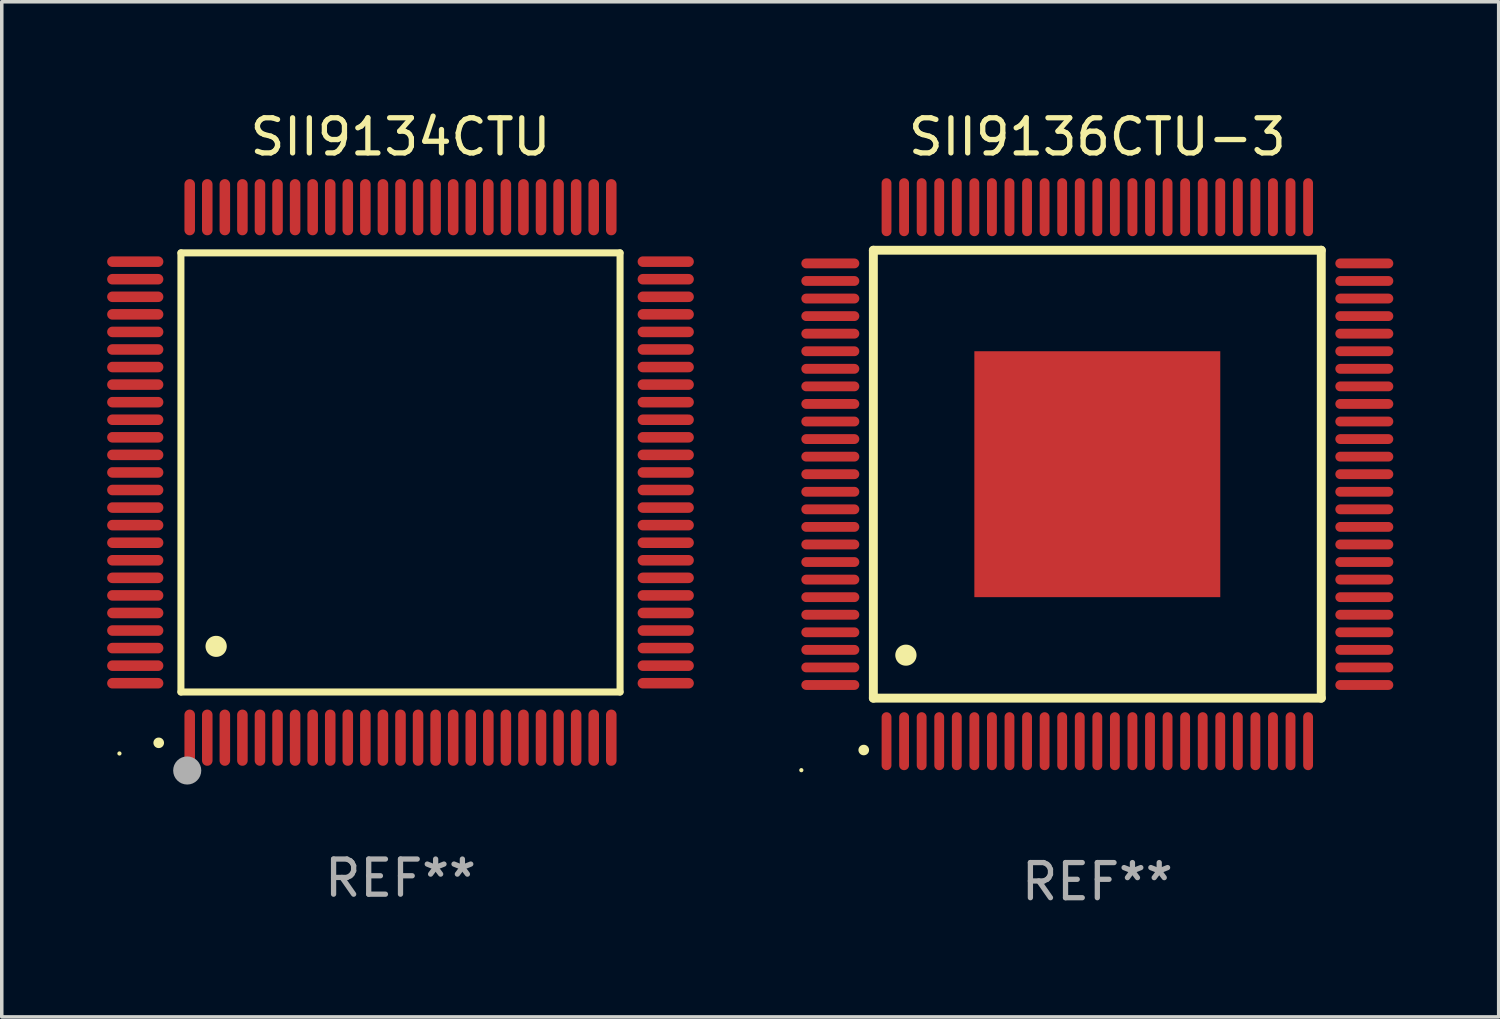
<source format=kicad_pcb>
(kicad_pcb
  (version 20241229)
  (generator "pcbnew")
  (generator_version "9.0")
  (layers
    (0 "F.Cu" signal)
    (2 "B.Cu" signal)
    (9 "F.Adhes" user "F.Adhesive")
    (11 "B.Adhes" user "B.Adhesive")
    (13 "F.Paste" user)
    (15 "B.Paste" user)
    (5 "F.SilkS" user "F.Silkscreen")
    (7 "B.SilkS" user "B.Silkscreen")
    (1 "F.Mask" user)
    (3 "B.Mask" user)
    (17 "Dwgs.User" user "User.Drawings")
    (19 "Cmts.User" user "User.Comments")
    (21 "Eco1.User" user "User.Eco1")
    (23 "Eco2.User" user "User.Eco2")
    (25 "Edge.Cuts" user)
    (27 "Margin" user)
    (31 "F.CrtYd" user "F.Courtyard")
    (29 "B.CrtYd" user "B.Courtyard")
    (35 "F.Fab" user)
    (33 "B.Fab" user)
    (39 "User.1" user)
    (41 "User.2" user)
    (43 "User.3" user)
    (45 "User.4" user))
  (footprint "SII9136CTU-3"
    (layer "F.Cu")
    (at 28.185 10.448)
    (property "Reference" "SII9136CTU-3" (at 0 -9.6 0) (layer "F.SilkS") (effects (font (size 1 1) (thickness 0.15))))
    (attr through_hole)
    (fp_line (start -6.375 -6.375) (end -6.375 6.375) (stroke (width 0.254) (type solid)) (layer "F.SilkS"))
    (fp_line (start -6.375 6.375) (end 6.375 6.375) (stroke (width 0.254) (type solid)) (layer "F.SilkS"))
    (fp_line (start 6.375 -6.375) (end -6.375 -6.375) (stroke (width 0.254) (type solid)) (layer "F.SilkS"))
    (fp_line (start 6.375 6.375) (end 6.375 -6.375) (stroke (width 0.254) (type solid)) (layer "F.SilkS"))
    (fp_arc (start -6.649733 7.851156) (mid -6.648463 7.851151) (end -6.647193 7.851156) (stroke (width 0.3) (type solid)) (layer "F.SilkS"))
    (fp_arc (start -5.450851 5.15113) (mid -5.448311 5.151119) (end -5.445771 5.15113) (stroke (width 0.6) (type solid)) (layer "F.SilkS"))
    (fp_circle (center -8.425 8.425) (end -8.395 8.425) (stroke (width 0.06) (type solid)) (fill no) (layer "F.SilkS"))
    (fp_text user "REF**" (at 0 11.6 0) (layer "F.Fab") (effects (font (size 1 1) (thickness 0.15))))
    (pad "1" smd oval (at -6 7.6 180) (size 0.28 1.65) (layers "F.Cu" "F.Mask" "F.Paste"))
    (pad "2" smd oval (at -5.5 7.6 180) (size 0.28 1.65) (layers "F.Cu" "F.Mask" "F.Paste"))
    (pad "3" smd oval (at -5 7.6 180) (size 0.28 1.65) (layers "F.Cu" "F.Mask" "F.Paste"))
    (pad "4" smd oval (at -4.5 7.6 180) (size 0.28 1.65) (layers "F.Cu" "F.Mask" "F.Paste"))
    (pad "5" smd oval (at -4 7.6 180) (size 0.28 1.65) (layers "F.Cu" "F.Mask" "F.Paste"))
    (pad "6" smd oval (at -3.5 7.6 180) (size 0.28 1.65) (layers "F.Cu" "F.Mask" "F.Paste"))
    (pad "7" smd oval (at -3 7.6 180) (size 0.28 1.65) (layers "F.Cu" "F.Mask" "F.Paste"))
    (pad "8" smd oval (at -2.5 7.6 180) (size 0.28 1.65) (layers "F.Cu" "F.Mask" "F.Paste"))
    (pad "9" smd oval (at -2 7.6 180) (size 0.28 1.65) (layers "F.Cu" "F.Mask" "F.Paste"))
    (pad "10" smd oval (at -1.5 7.6 180) (size 0.28 1.65) (layers "F.Cu" "F.Mask" "F.Paste"))
    (pad "11" smd oval (at -1 7.6 180) (size 0.28 1.65) (layers "F.Cu" "F.Mask" "F.Paste"))
    (pad "12" smd oval (at -0.5 7.6 180) (size 0.28 1.65) (layers "F.Cu" "F.Mask" "F.Paste"))
    (pad "13" smd oval (at 0 7.6 180) (size 0.28 1.65) (layers "F.Cu" "F.Mask" "F.Paste"))
    (pad "14" smd oval (at 0.5 7.6 180) (size 0.28 1.65) (layers "F.Cu" "F.Mask" "F.Paste"))
    (pad "15" smd oval (at 1 7.6 180) (size 0.28 1.65) (layers "F.Cu" "F.Mask" "F.Paste"))
    (pad "16" smd oval (at 1.5 7.6 180) (size 0.28 1.65) (layers "F.Cu" "F.Mask" "F.Paste"))
    (pad "17" smd oval (at 2 7.6 180) (size 0.28 1.65) (layers "F.Cu" "F.Mask" "F.Paste"))
    (pad "18" smd oval (at 2.5 7.6 180) (size 0.28 1.65) (layers "F.Cu" "F.Mask" "F.Paste"))
    (pad "19" smd oval (at 3 7.6 180) (size 0.28 1.65) (layers "F.Cu" "F.Mask" "F.Paste"))
    (pad "20" smd oval (at 3.5 7.6 180) (size 0.28 1.65) (layers "F.Cu" "F.Mask" "F.Paste"))
    (pad "21" smd oval (at 4 7.6 180) (size 0.28 1.65) (layers "F.Cu" "F.Mask" "F.Paste"))
    (pad "22" smd oval (at 4.5 7.6 180) (size 0.28 1.65) (layers "F.Cu" "F.Mask" "F.Paste"))
    (pad "23" smd oval (at 5 7.6 180) (size 0.28 1.65) (layers "F.Cu" "F.Mask" "F.Paste"))
    (pad "24" smd oval (at 5.5 7.6 180) (size 0.28 1.65) (layers "F.Cu" "F.Mask" "F.Paste"))
    (pad "25" smd oval (at 6 7.6 180) (size 0.28 1.65) (layers "F.Cu" "F.Mask" "F.Paste"))
    (pad "26" smd oval (at 7.6 6 90) (size 0.28 1.65) (layers "F.Cu" "F.Mask" "F.Paste"))
    (pad "27" smd oval (at 7.6 5.5 90) (size 0.28 1.65) (layers "F.Cu" "F.Mask" "F.Paste"))
    (pad "28" smd oval (at 7.6 5 90) (size 0.28 1.65) (layers "F.Cu" "F.Mask" "F.Paste"))
    (pad "29" smd oval (at 7.6 4.5 90) (size 0.28 1.65) (layers "F.Cu" "F.Mask" "F.Paste"))
    (pad "30" smd oval (at 7.6 4 90) (size 0.28 1.65) (layers "F.Cu" "F.Mask" "F.Paste"))
    (pad "31" smd oval (at 7.6 3.5 90) (size 0.28 1.65) (layers "F.Cu" "F.Mask" "F.Paste"))
    (pad "32" smd oval (at 7.6 3 90) (size 0.28 1.65) (layers "F.Cu" "F.Mask" "F.Paste"))
    (pad "33" smd oval (at 7.6 2.5 90) (size 0.28 1.65) (layers "F.Cu" "F.Mask" "F.Paste"))
    (pad "34" smd oval (at 7.6 2 90) (size 0.28 1.65) (layers "F.Cu" "F.Mask" "F.Paste"))
    (pad "35" smd oval (at 7.6 1.5 90) (size 0.28 1.65) (layers "F.Cu" "F.Mask" "F.Paste"))
    (pad "36" smd oval (at 7.6 1 90) (size 0.28 1.65) (layers "F.Cu" "F.Mask" "F.Paste"))
    (pad "37" smd oval (at 7.6 0.5 90) (size 0.28 1.65) (layers "F.Cu" "F.Mask" "F.Paste"))
    (pad "38" smd oval (at 7.6 0 90) (size 0.28 1.65) (layers "F.Cu" "F.Mask" "F.Paste"))
    (pad "39" smd oval (at 7.6 -0.5 90) (size 0.28 1.65) (layers "F.Cu" "F.Mask" "F.Paste"))
    (pad "40" smd oval (at 7.6 -1 90) (size 0.28 1.65) (layers "F.Cu" "F.Mask" "F.Paste"))
    (pad "41" smd oval (at 7.6 -1.5 90) (size 0.28 1.65) (layers "F.Cu" "F.Mask" "F.Paste"))
    (pad "42" smd oval (at 7.6 -2 90) (size 0.28 1.65) (layers "F.Cu" "F.Mask" "F.Paste"))
    (pad "43" smd oval (at 7.6 -2.5 90) (size 0.28 1.65) (layers "F.Cu" "F.Mask" "F.Paste"))
    (pad "44" smd oval (at 7.6 -3 90) (size 0.28 1.65) (layers "F.Cu" "F.Mask" "F.Paste"))
    (pad "45" smd oval (at 7.6 -3.5 90) (size 0.28 1.65) (layers "F.Cu" "F.Mask" "F.Paste"))
    (pad "46" smd oval (at 7.6 -4 90) (size 0.28 1.65) (layers "F.Cu" "F.Mask" "F.Paste"))
    (pad "47" smd oval (at 7.6 -4.5 90) (size 0.28 1.65) (layers "F.Cu" "F.Mask" "F.Paste"))
    (pad "48" smd oval (at 7.6 -5 90) (size 0.28 1.65) (layers "F.Cu" "F.Mask" "F.Paste"))
    (pad "49" smd oval (at 7.6 -5.5 90) (size 0.28 1.65) (layers "F.Cu" "F.Mask" "F.Paste"))
    (pad "50" smd oval (at 7.6 -6 90) (size 0.28 1.65) (layers "F.Cu" "F.Mask" "F.Paste"))
    (pad "51" smd oval (at 6 -7.6 180) (size 0.28 1.65) (layers "F.Cu" "F.Mask" "F.Paste"))
    (pad "52" smd oval (at 5.5 -7.6 180) (size 0.28 1.65) (layers "F.Cu" "F.Mask" "F.Paste"))
    (pad "53" smd oval (at 5 -7.6 180) (size 0.28 1.65) (layers "F.Cu" "F.Mask" "F.Paste"))
    (pad "54" smd oval (at 4.5 -7.6 180) (size 0.28 1.65) (layers "F.Cu" "F.Mask" "F.Paste"))
    (pad "55" smd oval (at 4 -7.6 180) (size 0.28 1.65) (layers "F.Cu" "F.Mask" "F.Paste"))
    (pad "56" smd oval (at 3.5 -7.6 180) (size 0.28 1.65) (layers "F.Cu" "F.Mask" "F.Paste"))
    (pad "57" smd oval (at 3 -7.6 180) (size 0.28 1.65) (layers "F.Cu" "F.Mask" "F.Paste"))
    (pad "58" smd oval (at 2.5 -7.6 180) (size 0.28 1.65) (layers "F.Cu" "F.Mask" "F.Paste"))
    (pad "59" smd oval (at 2 -7.6 180) (size 0.28 1.65) (layers "F.Cu" "F.Mask" "F.Paste"))
    (pad "60" smd oval (at 1.5 -7.6 180) (size 0.28 1.65) (layers "F.Cu" "F.Mask" "F.Paste"))
    (pad "61" smd oval (at 1 -7.6 180) (size 0.28 1.65) (layers "F.Cu" "F.Mask" "F.Paste"))
    (pad "62" smd oval (at 0.5 -7.6 180) (size 0.28 1.65) (layers "F.Cu" "F.Mask" "F.Paste"))
    (pad "63" smd oval (at 0 -7.6 180) (size 0.28 1.65) (layers "F.Cu" "F.Mask" "F.Paste"))
    (pad "64" smd oval (at -0.5 -7.6 180) (size 0.28 1.65) (layers "F.Cu" "F.Mask" "F.Paste"))
    (pad "65" smd oval (at -1 -7.6 180) (size 0.28 1.65) (layers "F.Cu" "F.Mask" "F.Paste"))
    (pad "66" smd oval (at -1.5 -7.6 180) (size 0.28 1.65) (layers "F.Cu" "F.Mask" "F.Paste"))
    (pad "67" smd oval (at -2 -7.6 180) (size 0.28 1.65) (layers "F.Cu" "F.Mask" "F.Paste"))
    (pad "68" smd oval (at -2.5 -7.6 180) (size 0.28 1.65) (layers "F.Cu" "F.Mask" "F.Paste"))
    (pad "69" smd oval (at -3 -7.6 180) (size 0.28 1.65) (layers "F.Cu" "F.Mask" "F.Paste"))
    (pad "70" smd oval (at -3.5 -7.6 180) (size 0.28 1.65) (layers "F.Cu" "F.Mask" "F.Paste"))
    (pad "71" smd oval (at -4 -7.6 180) (size 0.28 1.65) (layers "F.Cu" "F.Mask" "F.Paste"))
    (pad "72" smd oval (at -4.5 -7.6 180) (size 0.28 1.65) (layers "F.Cu" "F.Mask" "F.Paste"))
    (pad "73" smd oval (at -5 -7.6 180) (size 0.28 1.65) (layers "F.Cu" "F.Mask" "F.Paste"))
    (pad "74" smd oval (at -5.5 -7.6 180) (size 0.28 1.65) (layers "F.Cu" "F.Mask" "F.Paste"))
    (pad "75" smd oval (at -6 -7.6 180) (size 0.28 1.65) (layers "F.Cu" "F.Mask" "F.Paste"))
    (pad "76" smd oval (at -7.6 -6 90) (size 0.28 1.65) (layers "F.Cu" "F.Mask" "F.Paste"))
    (pad "77" smd oval (at -7.6 -5.5 90) (size 0.28 1.65) (layers "F.Cu" "F.Mask" "F.Paste"))
    (pad "78" smd oval (at -7.6 -5 90) (size 0.28 1.65) (layers "F.Cu" "F.Mask" "F.Paste"))
    (pad "79" smd oval (at -7.6 -4.5 90) (size 0.28 1.65) (layers "F.Cu" "F.Mask" "F.Paste"))
    (pad "80" smd oval (at -7.6 -4 90) (size 0.28 1.65) (layers "F.Cu" "F.Mask" "F.Paste"))
    (pad "81" smd oval (at -7.6 -3.5 90) (size 0.28 1.65) (layers "F.Cu" "F.Mask" "F.Paste"))
    (pad "82" smd oval (at -7.6 -3 90) (size 0.28 1.65) (layers "F.Cu" "F.Mask" "F.Paste"))
    (pad "83" smd oval (at -7.6 -2.5 90) (size 0.28 1.65) (layers "F.Cu" "F.Mask" "F.Paste"))
    (pad "84" smd oval (at -7.6 -2 90) (size 0.28 1.65) (layers "F.Cu" "F.Mask" "F.Paste"))
    (pad "85" smd oval (at -7.6 -1.5 90) (size 0.28 1.65) (layers "F.Cu" "F.Mask" "F.Paste"))
    (pad "86" smd oval (at -7.6 -1 90) (size 0.28 1.65) (layers "F.Cu" "F.Mask" "F.Paste"))
    (pad "87" smd oval (at -7.6 -0.5 90) (size 0.28 1.65) (layers "F.Cu" "F.Mask" "F.Paste"))
    (pad "88" smd oval (at -7.6 0 90) (size 0.28 1.65) (layers "F.Cu" "F.Mask" "F.Paste"))
    (pad "89" smd oval (at -7.6 0.5 90) (size 0.28 1.65) (layers "F.Cu" "F.Mask" "F.Paste"))
    (pad "90" smd oval (at -7.6 1 90) (size 0.28 1.65) (layers "F.Cu" "F.Mask" "F.Paste"))
    (pad "91" smd oval (at -7.6 1.5 90) (size 0.28 1.65) (layers "F.Cu" "F.Mask" "F.Paste"))
    (pad "92" smd oval (at -7.6 2 90) (size 0.28 1.65) (layers "F.Cu" "F.Mask" "F.Paste"))
    (pad "93" smd oval (at -7.6 2.5 90) (size 0.28 1.65) (layers "F.Cu" "F.Mask" "F.Paste"))
    (pad "94" smd oval (at -7.6 3 90) (size 0.28 1.65) (layers "F.Cu" "F.Mask" "F.Paste"))
    (pad "95" smd oval (at -7.6 3.5 90) (size 0.28 1.65) (layers "F.Cu" "F.Mask" "F.Paste"))
    (pad "96" smd oval (at -7.6 4 90) (size 0.28 1.65) (layers "F.Cu" "F.Mask" "F.Paste"))
    (pad "97" smd oval (at -7.6 4.5 90) (size 0.28 1.65) (layers "F.Cu" "F.Mask" "F.Paste"))
    (pad "98" smd oval (at -7.6 5 90) (size 0.28 1.65) (layers "F.Cu" "F.Mask" "F.Paste"))
    (pad "99" smd oval (at -7.6 5.5 90) (size 0.28 1.65) (layers "F.Cu" "F.Mask" "F.Paste"))
    (pad "100" smd oval (at -7.6 6 90) (size 0.28 1.65) (layers "F.Cu" "F.Mask" "F.Paste"))
    (pad "101" smd rect (at 0 0) (size 7 7) (layers "F.Cu" "F.Mask" "F.Paste")))
  (footprint "SII9134CTU"
    (layer "F.Cu")
    (at 8.35 10.398)
    (property "Reference" "SII9134CTU" (at 0 -9.55 0) (layer "F.SilkS") (effects (font (size 1 1) (thickness 0.15))))
    (attr through_hole)
    (fp_line (start -6.25 -6.25) (end -6.25 6.25) (stroke (width 0.2) (type solid)) (layer "F.SilkS"))
    (fp_line (start -6.25 6.25) (end 6.25 6.25) (stroke (width 0.2) (type solid)) (layer "F.SilkS"))
    (fp_line (start 6.25 -6.25) (end -6.25 -6.25) (stroke (width 0.2) (type solid)) (layer "F.SilkS"))
    (fp_line (start 6.25 6.25) (end 6.25 -6.25) (stroke (width 0.2) (type solid)) (layer "F.SilkS"))
    (fp_arc (start -6.883414 7.696215) (mid -6.882144 7.69621) (end -6.880874 7.696215) (stroke (width 0.3) (type solid)) (layer "F.SilkS"))
    (fp_arc (start -5.250191 4.95047) (mid -5.247651 4.950459) (end -5.245111 4.95047) (stroke (width 0.6) (type solid)) (layer "F.SilkS"))
    (fp_circle (center -8 8) (end -7.97 8) (stroke (width 0.06) (type solid)) (fill no) (layer "F.SilkS"))
    (fp_circle (center -6.071 8.484) (end -5.871 8.484) (stroke (width 0.4) (type solid)) (fill no) (layer "F.Fab"))
    (fp_text user "REF**" (at 0 11.55 0) (layer "F.Fab") (effects (font (size 1 1) (thickness 0.15))))
    (pad "1" smd oval (at -6 7.55) (size 0.3 1.6) (layers "F.Cu" "F.Mask" "F.Paste"))
    (pad "2" smd oval (at -5.5 7.55) (size 0.3 1.6) (layers "F.Cu" "F.Mask" "F.Paste"))
    (pad "3" smd oval (at -5 7.55) (size 0.3 1.6) (layers "F.Cu" "F.Mask" "F.Paste"))
    (pad "4" smd oval (at -4.5 7.55) (size 0.3 1.6) (layers "F.Cu" "F.Mask" "F.Paste"))
    (pad "5" smd oval (at -4 7.55) (size 0.3 1.6) (layers "F.Cu" "F.Mask" "F.Paste"))
    (pad "6" smd oval (at -3.5 7.55) (size 0.3 1.6) (layers "F.Cu" "F.Mask" "F.Paste"))
    (pad "7" smd oval (at -3 7.55) (size 0.3 1.6) (layers "F.Cu" "F.Mask" "F.Paste"))
    (pad "8" smd oval (at -2.5 7.55) (size 0.3 1.6) (layers "F.Cu" "F.Mask" "F.Paste"))
    (pad "9" smd oval (at -2 7.55) (size 0.3 1.6) (layers "F.Cu" "F.Mask" "F.Paste"))
    (pad "10" smd oval (at -1.5 7.55) (size 0.3 1.6) (layers "F.Cu" "F.Mask" "F.Paste"))
    (pad "11" smd oval (at -1 7.55) (size 0.3 1.6) (layers "F.Cu" "F.Mask" "F.Paste"))
    (pad "12" smd oval (at -0.5 7.55) (size 0.3 1.6) (layers "F.Cu" "F.Mask" "F.Paste"))
    (pad "13" smd oval (at 0 7.55) (size 0.3 1.6) (layers "F.Cu" "F.Mask" "F.Paste"))
    (pad "14" smd oval (at 0.5 7.55) (size 0.3 1.6) (layers "F.Cu" "F.Mask" "F.Paste"))
    (pad "15" smd oval (at 1 7.55) (size 0.3 1.6) (layers "F.Cu" "F.Mask" "F.Paste"))
    (pad "16" smd oval (at 1.5 7.55) (size 0.3 1.6) (layers "F.Cu" "F.Mask" "F.Paste"))
    (pad "17" smd oval (at 2 7.55) (size 0.3 1.6) (layers "F.Cu" "F.Mask" "F.Paste"))
    (pad "18" smd oval (at 2.5 7.55) (size 0.3 1.6) (layers "F.Cu" "F.Mask" "F.Paste"))
    (pad "19" smd oval (at 3 7.55) (size 0.3 1.6) (layers "F.Cu" "F.Mask" "F.Paste"))
    (pad "20" smd oval (at 3.5 7.55) (size 0.3 1.6) (layers "F.Cu" "F.Mask" "F.Paste"))
    (pad "21" smd oval (at 4 7.55) (size 0.3 1.6) (layers "F.Cu" "F.Mask" "F.Paste"))
    (pad "22" smd oval (at 4.5 7.55) (size 0.3 1.6) (layers "F.Cu" "F.Mask" "F.Paste"))
    (pad "23" smd oval (at 5 7.55) (size 0.3 1.6) (layers "F.Cu" "F.Mask" "F.Paste"))
    (pad "24" smd oval (at 5.5 7.55) (size 0.3 1.6) (layers "F.Cu" "F.Mask" "F.Paste"))
    (pad "25" smd oval (at 6 7.55) (size 0.3 1.6) (layers "F.Cu" "F.Mask" "F.Paste"))
    (pad "26" smd oval (at 7.55 6) (size 1.6 0.3) (layers "F.Cu" "F.Mask" "F.Paste"))
    (pad "27" smd oval (at 7.55 5.5) (size 1.6 0.3) (layers "F.Cu" "F.Mask" "F.Paste"))
    (pad "28" smd oval (at 7.55 5) (size 1.6 0.3) (layers "F.Cu" "F.Mask" "F.Paste"))
    (pad "29" smd oval (at 7.55 4.5) (size 1.6 0.3) (layers "F.Cu" "F.Mask" "F.Paste"))
    (pad "30" smd oval (at 7.55 4) (size 1.6 0.3) (layers "F.Cu" "F.Mask" "F.Paste"))
    (pad "31" smd oval (at 7.55 3.5) (size 1.6 0.3) (layers "F.Cu" "F.Mask" "F.Paste"))
    (pad "32" smd oval (at 7.55 3) (size 1.6 0.3) (layers "F.Cu" "F.Mask" "F.Paste"))
    (pad "33" smd oval (at 7.55 2.5) (size 1.6 0.3) (layers "F.Cu" "F.Mask" "F.Paste"))
    (pad "34" smd oval (at 7.55 2) (size 1.6 0.3) (layers "F.Cu" "F.Mask" "F.Paste"))
    (pad "35" smd oval (at 7.55 1.5) (size 1.6 0.3) (layers "F.Cu" "F.Mask" "F.Paste"))
    (pad "36" smd oval (at 7.55 1) (size 1.6 0.3) (layers "F.Cu" "F.Mask" "F.Paste"))
    (pad "37" smd oval (at 7.55 0.5) (size 1.6 0.3) (layers "F.Cu" "F.Mask" "F.Paste"))
    (pad "38" smd oval (at 7.55 0) (size 1.6 0.3) (layers "F.Cu" "F.Mask" "F.Paste"))
    (pad "39" smd oval (at 7.55 -0.5) (size 1.6 0.3) (layers "F.Cu" "F.Mask" "F.Paste"))
    (pad "40" smd oval (at 7.55 -1) (size 1.6 0.3) (layers "F.Cu" "F.Mask" "F.Paste"))
    (pad "41" smd oval (at 7.55 -1.5) (size 1.6 0.3) (layers "F.Cu" "F.Mask" "F.Paste"))
    (pad "42" smd oval (at 7.55 -2) (size 1.6 0.3) (layers "F.Cu" "F.Mask" "F.Paste"))
    (pad "43" smd oval (at 7.55 -2.5) (size 1.6 0.3) (layers "F.Cu" "F.Mask" "F.Paste"))
    (pad "44" smd oval (at 7.55 -3) (size 1.6 0.3) (layers "F.Cu" "F.Mask" "F.Paste"))
    (pad "45" smd oval (at 7.55 -3.5) (size 1.6 0.3) (layers "F.Cu" "F.Mask" "F.Paste"))
    (pad "46" smd oval (at 7.55 -4) (size 1.6 0.3) (layers "F.Cu" "F.Mask" "F.Paste"))
    (pad "47" smd oval (at 7.55 -4.5) (size 1.6 0.3) (layers "F.Cu" "F.Mask" "F.Paste"))
    (pad "48" smd oval (at 7.55 -5) (size 1.6 0.3) (layers "F.Cu" "F.Mask" "F.Paste"))
    (pad "49" smd oval (at 7.55 -5.5) (size 1.6 0.3) (layers "F.Cu" "F.Mask" "F.Paste"))
    (pad "50" smd oval (at 7.55 -6) (size 1.6 0.3) (layers "F.Cu" "F.Mask" "F.Paste"))
    (pad "51" smd oval (at 6 -7.55) (size 0.3 1.6) (layers "F.Cu" "F.Mask" "F.Paste"))
    (pad "52" smd oval (at 5.5 -7.55) (size 0.3 1.6) (layers "F.Cu" "F.Mask" "F.Paste"))
    (pad "53" smd oval (at 5 -7.55) (size 0.3 1.6) (layers "F.Cu" "F.Mask" "F.Paste"))
    (pad "54" smd oval (at 4.5 -7.55) (size 0.3 1.6) (layers "F.Cu" "F.Mask" "F.Paste"))
    (pad "55" smd oval (at 4 -7.55) (size 0.3 1.6) (layers "F.Cu" "F.Mask" "F.Paste"))
    (pad "56" smd oval (at 3.5 -7.55) (size 0.3 1.6) (layers "F.Cu" "F.Mask" "F.Paste"))
    (pad "57" smd oval (at 3 -7.55) (size 0.3 1.6) (layers "F.Cu" "F.Mask" "F.Paste"))
    (pad "58" smd oval (at 2.5 -7.55) (size 0.3 1.6) (layers "F.Cu" "F.Mask" "F.Paste"))
    (pad "59" smd oval (at 2 -7.55) (size 0.3 1.6) (layers "F.Cu" "F.Mask" "F.Paste"))
    (pad "60" smd oval (at 1.5 -7.55) (size 0.3 1.6) (layers "F.Cu" "F.Mask" "F.Paste"))
    (pad "61" smd oval (at 1 -7.55) (size 0.3 1.6) (layers "F.Cu" "F.Mask" "F.Paste"))
    (pad "62" smd oval (at 0.5 -7.55) (size 0.3 1.6) (layers "F.Cu" "F.Mask" "F.Paste"))
    (pad "63" smd oval (at 0 -7.55) (size 0.3 1.6) (layers "F.Cu" "F.Mask" "F.Paste"))
    (pad "64" smd oval (at -0.5 -7.55) (size 0.3 1.6) (layers "F.Cu" "F.Mask" "F.Paste"))
    (pad "65" smd oval (at -1 -7.55) (size 0.3 1.6) (layers "F.Cu" "F.Mask" "F.Paste"))
    (pad "66" smd oval (at -1.5 -7.55) (size 0.3 1.6) (layers "F.Cu" "F.Mask" "F.Paste"))
    (pad "67" smd oval (at -2 -7.55) (size 0.3 1.6) (layers "F.Cu" "F.Mask" "F.Paste"))
    (pad "68" smd oval (at -2.5 -7.55) (size 0.3 1.6) (layers "F.Cu" "F.Mask" "F.Paste"))
    (pad "69" smd oval (at -3 -7.55) (size 0.3 1.6) (layers "F.Cu" "F.Mask" "F.Paste"))
    (pad "70" smd oval (at -3.5 -7.55) (size 0.3 1.6) (layers "F.Cu" "F.Mask" "F.Paste"))
    (pad "71" smd oval (at -4 -7.55) (size 0.3 1.6) (layers "F.Cu" "F.Mask" "F.Paste"))
    (pad "72" smd oval (at -4.5 -7.55) (size 0.3 1.6) (layers "F.Cu" "F.Mask" "F.Paste"))
    (pad "73" smd oval (at -5 -7.55) (size 0.3 1.6) (layers "F.Cu" "F.Mask" "F.Paste"))
    (pad "74" smd oval (at -5.5 -7.55) (size 0.3 1.6) (layers "F.Cu" "F.Mask" "F.Paste"))
    (pad "75" smd oval (at -6 -7.55) (size 0.3 1.6) (layers "F.Cu" "F.Mask" "F.Paste"))
    (pad "76" smd oval (at -7.55 -6) (size 1.6 0.3) (layers "F.Cu" "F.Mask" "F.Paste"))
    (pad "77" smd oval (at -7.55 -5.5) (size 1.6 0.3) (layers "F.Cu" "F.Mask" "F.Paste"))
    (pad "78" smd oval (at -7.55 -5) (size 1.6 0.3) (layers "F.Cu" "F.Mask" "F.Paste"))
    (pad "79" smd oval (at -7.55 -4.5) (size 1.6 0.3) (layers "F.Cu" "F.Mask" "F.Paste"))
    (pad "80" smd oval (at -7.55 -4) (size 1.6 0.3) (layers "F.Cu" "F.Mask" "F.Paste"))
    (pad "81" smd oval (at -7.55 -3.5) (size 1.6 0.3) (layers "F.Cu" "F.Mask" "F.Paste"))
    (pad "82" smd oval (at -7.55 -3) (size 1.6 0.3) (layers "F.Cu" "F.Mask" "F.Paste"))
    (pad "83" smd oval (at -7.55 -2.5) (size 1.6 0.3) (layers "F.Cu" "F.Mask" "F.Paste"))
    (pad "84" smd oval (at -7.55 -2) (size 1.6 0.3) (layers "F.Cu" "F.Mask" "F.Paste"))
    (pad "85" smd oval (at -7.55 -1.5) (size 1.6 0.3) (layers "F.Cu" "F.Mask" "F.Paste"))
    (pad "86" smd oval (at -7.55 -1) (size 1.6 0.3) (layers "F.Cu" "F.Mask" "F.Paste"))
    (pad "87" smd oval (at -7.55 -0.5) (size 1.6 0.3) (layers "F.Cu" "F.Mask" "F.Paste"))
    (pad "88" smd oval (at -7.55 0) (size 1.6 0.3) (layers "F.Cu" "F.Mask" "F.Paste"))
    (pad "89" smd oval (at -7.55 0.5) (size 1.6 0.3) (layers "F.Cu" "F.Mask" "F.Paste"))
    (pad "90" smd oval (at -7.55 1) (size 1.6 0.3) (layers "F.Cu" "F.Mask" "F.Paste"))
    (pad "91" smd oval (at -7.55 1.5) (size 1.6 0.3) (layers "F.Cu" "F.Mask" "F.Paste"))
    (pad "92" smd oval (at -7.55 2) (size 1.6 0.3) (layers "F.Cu" "F.Mask" "F.Paste"))
    (pad "93" smd oval (at -7.55 2.5) (size 1.6 0.3) (layers "F.Cu" "F.Mask" "F.Paste"))
    (pad "94" smd oval (at -7.55 3) (size 1.6 0.3) (layers "F.Cu" "F.Mask" "F.Paste"))
    (pad "95" smd oval (at -7.55 3.5) (size 1.6 0.3) (layers "F.Cu" "F.Mask" "F.Paste"))
    (pad "96" smd oval (at -7.55 4) (size 1.6 0.3) (layers "F.Cu" "F.Mask" "F.Paste"))
    (pad "97" smd oval (at -7.55 4.5) (size 1.6 0.3) (layers "F.Cu" "F.Mask" "F.Paste"))
    (pad "98" smd oval (at -7.55 5) (size 1.6 0.3) (layers "F.Cu" "F.Mask" "F.Paste"))
    (pad "99" smd oval (at -7.55 5.5) (size 1.6 0.3) (layers "F.Cu" "F.Mask" "F.Paste"))
    (pad "100" smd oval (at -7.55 6) (size 1.6 0.3) (layers "F.Cu" "F.Mask" "F.Paste")))
  (gr_rect
    (start -3 -3)
    (end 39.61 25.896)
    (stroke (width 0.1) (type default))
    (fill no)
    (layer "Edge.Cuts")))
</source>
